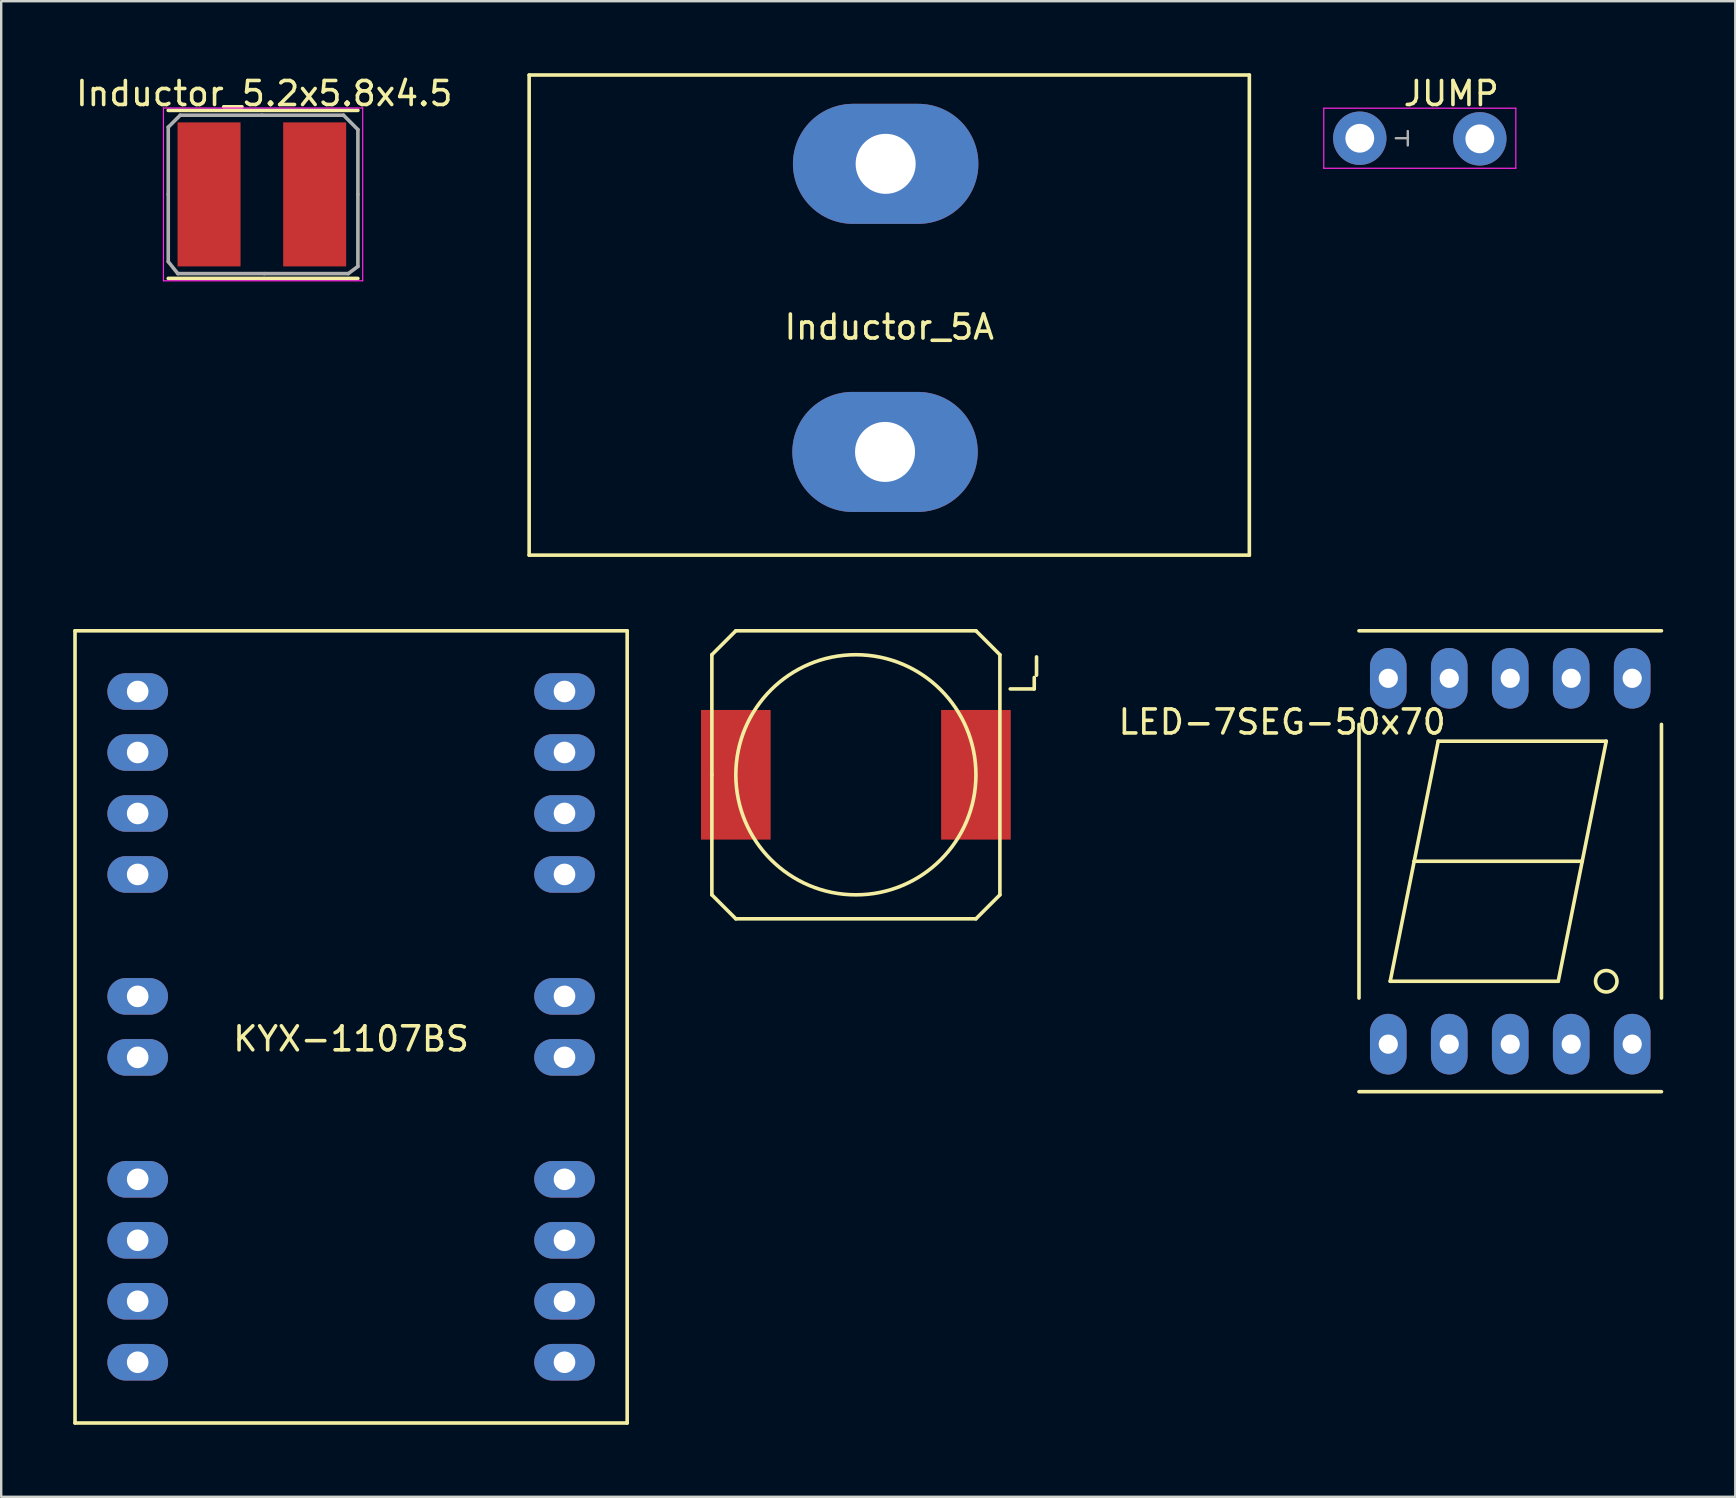
<source format=kicad_pcb>
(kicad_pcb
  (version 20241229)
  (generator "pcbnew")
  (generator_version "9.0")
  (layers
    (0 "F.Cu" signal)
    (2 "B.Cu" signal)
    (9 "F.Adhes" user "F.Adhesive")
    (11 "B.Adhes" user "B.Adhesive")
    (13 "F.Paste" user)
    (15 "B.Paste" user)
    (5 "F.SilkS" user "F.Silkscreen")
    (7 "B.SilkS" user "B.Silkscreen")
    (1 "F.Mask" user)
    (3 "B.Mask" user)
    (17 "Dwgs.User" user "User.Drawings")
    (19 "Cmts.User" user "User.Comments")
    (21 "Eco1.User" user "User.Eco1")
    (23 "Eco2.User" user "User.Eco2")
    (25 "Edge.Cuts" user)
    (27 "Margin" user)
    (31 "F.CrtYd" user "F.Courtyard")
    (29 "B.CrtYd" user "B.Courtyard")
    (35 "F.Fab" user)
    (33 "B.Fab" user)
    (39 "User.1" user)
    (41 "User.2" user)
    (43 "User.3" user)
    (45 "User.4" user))
  (footprint "Inductor_5A"
    (layer "F.Cu")
    (at 33.992 10.075)
    (property "Reference" "Inductor_5A" (at 0 0.5 0) (layer "F.SilkS") (effects (font (size 1 1) (thickness 0.15))))
    (attr through_hole)
    (fp_line (start -15 -10) (end -15 10) (stroke (width 0.15) (type solid)) (layer "F.SilkS"))
    (fp_line (start -15 -10) (end 15 -10) (stroke (width 0.15) (type solid)) (layer "F.SilkS"))
    (fp_line (start -15 10) (end 15 10) (stroke (width 0.15) (type solid)) (layer "F.SilkS"))
    (fp_line (start 15 10) (end 15 -10) (stroke (width 0.15) (type solid)) (layer "F.SilkS"))
    (pad "1" thru_hole oval (at -0.15 -6.3) (size 7.724 5) (drill 2.5) (layers "*.Cu" "*.Mask"))
    (pad "2" thru_hole oval (at -0.175 5.7) (size 7.724 5) (drill 2.5) (layers "*.Cu" "*.Mask")))
  (footprint "LED-7SEG-50x70"
    (layer "F.Cu")
    (at 59.859 32.825)
    (property "Reference" "LED-7SEG-50x70" (at -9.5 -5.8 0) (layer "F.SilkS") (effects (font (size 1 1) (thickness 0.15))))
    (attr through_hole)
    (fp_line (start -6.3 -9.6) (end 6.3 -9.6) (stroke (width 0.15) (type solid)) (layer "F.SilkS"))
    (fp_line (start -6.3 -5.7) (end -6.3 5.7) (stroke (width 0.15) (type solid)) (layer "F.SilkS"))
    (fp_line (start -5 5) (end 2 5) (stroke (width 0.15) (type solid)) (layer "F.SilkS"))
    (fp_line (start -4 0) (end -5 5) (stroke (width 0.15) (type solid)) (layer "F.SilkS"))
    (fp_line (start -3 -5) (end -4 0) (stroke (width 0.15) (type solid)) (layer "F.SilkS"))
    (fp_line (start -3 -5) (end 4 -5) (stroke (width 0.15) (type solid)) (layer "F.SilkS"))
    (fp_line (start 2 5) (end 3 0) (stroke (width 0.15) (type solid)) (layer "F.SilkS"))
    (fp_line (start 3 0) (end -4 0) (stroke (width 0.15) (type solid)) (layer "F.SilkS"))
    (fp_line (start 4 -5) (end 3 0) (stroke (width 0.15) (type solid)) (layer "F.SilkS"))
    (fp_line (start 6.3 -5.7) (end 6.3 5.7) (stroke (width 0.15) (type solid)) (layer "F.SilkS"))
    (fp_line (start 6.3 9.6) (end -6.3 9.6) (stroke (width 0.15) (type solid)) (layer "F.SilkS"))
    (fp_circle (center 4 5) (end 4.4 5.2) (stroke (width 0.15) (type solid)) (fill no) (layer "F.SilkS"))
    (pad "1" thru_hole oval (at -5.08 7.62) (size 1.524 2.524) (drill 0.8) (layers "*.Cu" "*.Mask"))
    (pad "2" thru_hole oval (at -2.54 7.62) (size 1.524 2.524) (drill 0.8) (layers "*.Cu" "*.Mask"))
    (pad "3" thru_hole oval (at 0 7.62) (size 1.524 2.524) (drill 0.8) (layers "*.Cu" "*.Mask"))
    (pad "4" thru_hole oval (at 2.54 7.62) (size 1.524 2.524) (drill 0.8) (layers "*.Cu" "*.Mask"))
    (pad "5" thru_hole oval (at 5.08 7.62) (size 1.524 2.524) (drill 0.8) (layers "*.Cu" "*.Mask"))
    (pad "6" thru_hole oval (at 5.08 -7.62) (size 1.524 2.524) (drill 0.8) (layers "*.Cu" "*.Mask"))
    (pad "7" thru_hole oval (at 2.54 -7.62) (size 1.524 2.524) (drill 0.8) (layers "*.Cu" "*.Mask"))
    (pad "8" thru_hole oval (at 0 -7.62) (size 1.524 2.524) (drill 0.8) (layers "*.Cu" "*.Mask"))
    (pad "9" thru_hole oval (at -2.54 -7.62) (size 1.524 2.524) (drill 0.8) (layers "*.Cu" "*.Mask"))
    (pad "10" thru_hole oval (at -5.08 -7.62) (size 1.524 2.524) (drill 0.8) (layers "*.Cu" "*.Mask")))
  (footprint "L_"
    (layer "F.Cu")
    (at 32.602 29.224)
    (property "Reference" "L_" (at 6.975 -4.125 270) (layer "F.SilkS") (effects (font (size 1 1) (thickness 0.15))))
    (attr smd)
    (fp_line (start -5.999 -5.001) (end -5.001 -5.999) (stroke (width 0.15) (type solid)) (layer "F.SilkS"))
    (fp_line (start -5.999 0) (end -5.999 -5.001) (stroke (width 0.15) (type solid)) (layer "F.SilkS"))
    (fp_line (start -5.999 5.001) (end -5.999 0) (stroke (width 0.15) (type solid)) (layer "F.SilkS"))
    (fp_line (start -5.001 -5.999) (end 5.001 -5.999) (stroke (width 0.15) (type solid)) (layer "F.SilkS"))
    (fp_line (start -5.001 5.999) (end -5.999 5.001) (stroke (width 0.15) (type solid)) (layer "F.SilkS"))
    (fp_line (start 5.001 -5.999) (end 5.999 -5.001) (stroke (width 0.15) (type solid)) (layer "F.SilkS"))
    (fp_line (start 5.001 5.999) (end -5.001 5.999) (stroke (width 0.15) (type solid)) (layer "F.SilkS"))
    (fp_line (start 5.999 -5.001) (end 5.999 5.001) (stroke (width 0.15) (type solid)) (layer "F.SilkS"))
    (fp_line (start 5.999 5.001) (end 5.001 5.999) (stroke (width 0.15) (type solid)) (layer "F.SilkS"))
    (fp_circle (center 0 0) (end 0 -5.001) (stroke (width 0.15) (type solid)) (fill no) (layer "F.SilkS"))
    (fp_text user "" (at 0 0 0) (layer "F.SilkS") (effects (font (size 1 1) (thickness 0.15))))
    (fp_text user "" (at 0 0 0) (layer "F.SilkS") (effects (font (size 1 1) (thickness 0.15))))
    (pad "1" smd rect (at -5.001 0) (size 2.901 5.4) (layers "F.Cu" "F.Mask" "F.Paste"))
    (pad "2" smd rect (at 5.001 0) (size 2.901 5.4) (layers "F.Cu" "F.Mask" "F.Paste")))
  (footprint "KYX-1107BS"
    (layer "F.Cu")
    (at 11.575 39.725)
    (property "Reference" "KYX-1107BS" (at 0 0.5 0) (layer "F.SilkS") (effects (font (size 1 1) (thickness 0.15))))
    (attr through_hole)
    (fp_line (start -11.5 -16.5) (end -11.5 16.5) (stroke (width 0.15) (type solid)) (layer "F.SilkS"))
    (fp_line (start -11.5 -16.5) (end 11.5 -16.5) (stroke (width 0.15) (type solid)) (layer "F.SilkS"))
    (fp_line (start -11.5 16.5) (end 11.5 16.5) (stroke (width 0.15) (type solid)) (layer "F.SilkS"))
    (fp_line (start 11.5 -16.5) (end 11.5 16.5) (stroke (width 0.15) (type solid)) (layer "F.SilkS"))
    (pad "1" thru_hole oval (at -8.89 -13.97) (size 2.524 1.524) (drill 0.9) (layers "*.Cu" "*.Mask"))
    (pad "2" thru_hole oval (at -8.89 -11.43) (size 2.524 1.524) (drill 0.9) (layers "*.Cu" "*.Mask"))
    (pad "3" thru_hole oval (at -8.89 -8.89) (size 2.524 1.524) (drill 0.9) (layers "*.Cu" "*.Mask"))
    (pad "4" thru_hole oval (at -8.89 -6.35) (size 2.524 1.524) (drill 0.9) (layers "*.Cu" "*.Mask"))
    (pad "5" thru_hole oval (at -8.89 -1.27) (size 2.524 1.524) (drill 0.9) (layers "*.Cu" "*.Mask"))
    (pad "6" thru_hole oval (at -8.89 1.27) (size 2.524 1.524) (drill 0.9) (layers "*.Cu" "*.Mask"))
    (pad "7" thru_hole oval (at -8.89 6.35) (size 2.524 1.524) (drill 0.9) (layers "*.Cu" "*.Mask"))
    (pad "8" thru_hole oval (at -8.89 8.89) (size 2.524 1.524) (drill 0.9) (layers "*.Cu" "*.Mask"))
    (pad "9" thru_hole oval (at -8.89 11.43) (size 2.524 1.524) (drill 0.9) (layers "*.Cu" "*.Mask"))
    (pad "10" thru_hole oval (at -8.89 13.97) (size 2.524 1.524) (drill 0.9) (layers "*.Cu" "*.Mask"))
    (pad "11" thru_hole oval (at 8.89 13.97) (size 2.524 1.524) (drill 0.9) (layers "*.Cu" "*.Mask"))
    (pad "12" thru_hole oval (at 8.89 11.43) (size 2.524 1.524) (drill 0.9) (layers "*.Cu" "*.Mask"))
    (pad "13" thru_hole oval (at 8.89 8.89) (size 2.524 1.524) (drill 0.9) (layers "*.Cu" "*.Mask"))
    (pad "14" thru_hole oval (at 8.89 6.35) (size 2.524 1.524) (drill 0.9) (layers "*.Cu" "*.Mask"))
    (pad "15" thru_hole oval (at 8.89 1.27) (size 2.524 1.524) (drill 0.9) (layers "*.Cu" "*.Mask"))
    (pad "16" thru_hole oval (at 8.89 -1.27) (size 2.524 1.524) (drill 0.9) (layers "*.Cu" "*.Mask"))
    (pad "17" thru_hole oval (at 8.89 -6.35) (size 2.524 1.524) (drill 0.9) (layers "*.Cu" "*.Mask"))
    (pad "18" thru_hole oval (at 8.89 -8.89) (size 2.524 1.524) (drill 0.9) (layers "*.Cu" "*.Mask"))
    (pad "19" thru_hole oval (at 8.89 -11.43) (size 2.524 1.524) (drill 0.9) (layers "*.Cu" "*.Mask"))
    (pad "20" thru_hole oval (at 8.89 -13.97) (size 2.524 1.524) (drill 0.9) (layers "*.Cu" "*.Mask")))
  (footprint "JUMP"
    (layer "F.Cu")
    (at 53.592 2.708)
    (property "Reference" "JUMP" (at 3.81 -1.86 0) (layer "F.SilkS") (effects (font (size 1 1) (thickness 0.15))))
    (attr through_hole)
    (fp_line (start -1.5 -1.25) (end -1.5 1.25) (stroke (width 0.05) (type solid)) (layer "F.CrtYd"))
    (fp_line (start -1.5 1.25) (end 6.5 1.25) (stroke (width 0.05) (type solid)) (layer "F.CrtYd"))
    (fp_line (start 6.5 -1.25) (end -1.5 -1.25) (stroke (width 0.05) (type solid)) (layer "F.CrtYd"))
    (fp_line (start 6.5 1.25) (end 6.5 -1.25) (stroke (width 0.05) (type solid)) (layer "F.CrtYd"))
    (fp_line (start 1.5 0) (end 2.01 0) (stroke (width 0.1) (type solid)) (layer "F.Fab"))
    (fp_line (start 2 -0.3) (end 2 0.3) (stroke (width 0.1) (type solid)) (layer "F.Fab"))
    (pad "1" thru_hole circle (at 0 0) (size 2.224 2.224) (drill 1.2) (layers "*.Cu" "*.Mask"))
    (pad "2" thru_hole circle (at 5 0.025) (size 2.224 2.224) (drill 1.2) (layers "*.Cu" "*.Mask")))
  (footprint "Inductor_5.2x5.8x4.5"
    (layer "F.Cu")
    (at 7.858 5.048)
    (property "Reference" "Inductor_5.2x5.8x4.5" (at 0.1 -4.2 0) (layer "F.SilkS") (effects (font (size 1 1) (thickness 0.15))))
    (attr smd)
    (fp_line (start -3.9 -3.5) (end 4 -3.5) (stroke (width 0.15) (type solid)) (layer "F.SilkS"))
    (fp_line (start -3.9 3.5) (end 4 3.5) (stroke (width 0.15) (type solid)) (layer "F.SilkS"))
    (fp_line (start -4.1 -3.6) (end -4.1 3.6) (stroke (width 0.05) (type solid)) (layer "F.CrtYd"))
    (fp_line (start -4.1 3.6) (end 4.2 3.6) (stroke (width 0.05) (type solid)) (layer "F.CrtYd"))
    (fp_line (start 4.2 -3.6) (end -4.1 -3.6) (stroke (width 0.05) (type solid)) (layer "F.CrtYd"))
    (fp_line (start 4.2 3.6) (end 4.2 -3.6) (stroke (width 0.05) (type solid)) (layer "F.CrtYd"))
    (fp_line (start -3.9 -2.8) (end -3.4 -3.3) (stroke (width 0.15) (type solid)) (layer "F.Fab"))
    (fp_line (start -3.9 0) (end -3.9 -2.8) (stroke (width 0.15) (type solid)) (layer "F.Fab"))
    (fp_line (start -3.9 0) (end -3.9 2.8) (stroke (width 0.15) (type solid)) (layer "F.Fab"))
    (fp_line (start -3.9 2.8) (end -3.5 3.3) (stroke (width 0.15) (type solid)) (layer "F.Fab"))
    (fp_line (start -3.5 3.3) (end 0.1 3.3) (stroke (width 0.15) (type solid)) (layer "F.Fab"))
    (fp_line (start -3.4 -3.3) (end 0 -3.3) (stroke (width 0.15) (type solid)) (layer "F.Fab"))
    (fp_line (start 3.4 -3.3) (end 0 -3.3) (stroke (width 0.15) (type solid)) (layer "F.Fab"))
    (fp_line (start 3.6 3.3) (end 0.1 3.3) (stroke (width 0.15) (type solid)) (layer "F.Fab"))
    (fp_line (start 4 -2.7) (end 3.4 -3.3) (stroke (width 0.15) (type solid)) (layer "F.Fab"))
    (fp_line (start 4 0) (end 4 -2.7) (stroke (width 0.15) (type solid)) (layer "F.Fab"))
    (fp_line (start 4 0) (end 4 3) (stroke (width 0.15) (type solid)) (layer "F.Fab"))
    (fp_line (start 4 3) (end 3.6 3.3) (stroke (width 0.15) (type solid)) (layer "F.Fab"))
    (pad "1" smd rect (at -2.2 0) (size 2.624 6) (layers "F.Cu" "F.Mask" "F.Paste"))
    (pad "2" smd rect (at 2.2 0) (size 2.624 6) (layers "F.Cu" "F.Mask" "F.Paste")))
  (gr_rect
    (start -3 -3)
    (end 69.234 59.3)
    (stroke (width 0.1) (type default))
    (fill no)
    (layer "Edge.Cuts")))
</source>
